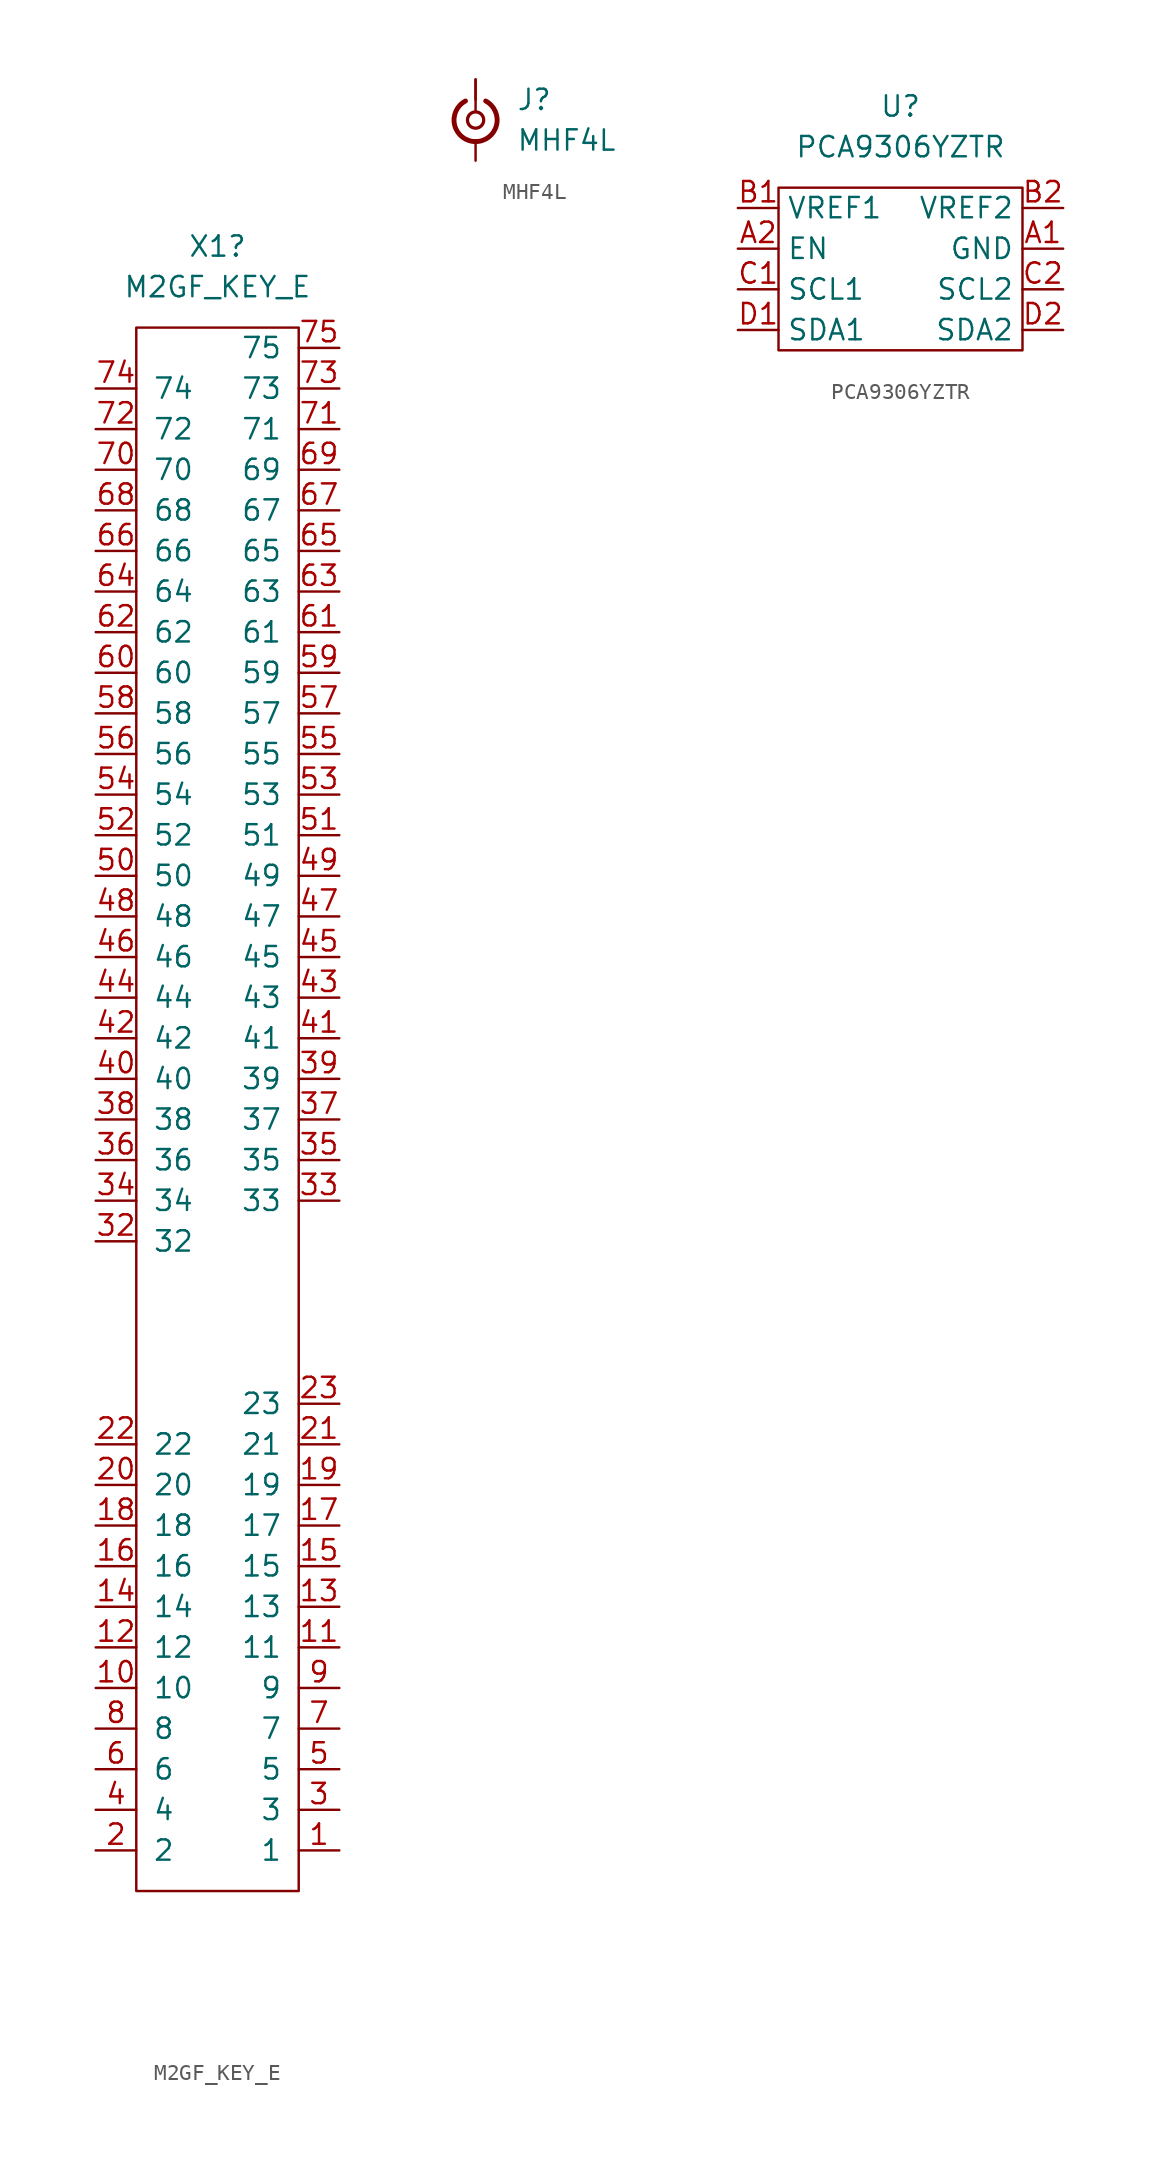
<source format=kicad_sym>
(kicad_symbol_lib
  (version 20241209)
  (generator "kicad_symbol_editor")
  (generator_version "9.0")
  (symbol "M2GF_KEY_E"
    (pin_names
      (offset 1.016))
    (property "Reference" "X1"
      (at 0 5.08 0)
      (effects (font (size 1.27 1.27))))
    (property "Value" "M2GF_KEY_E"
      (at 0 2.54 0)
      (effects (font (size 1.27 1.27))))
    (symbol "M2GF_KEY_E_0_0"
      (pin passive line (at -7.62 -3.81 0) (length 2.54) (name "74" (effects (font (size 1.27 1.27)))) (number "74" (effects (font (size 1.27 1.27)))))
      (pin passive line (at -7.62 -6.35 0) (length 2.54) (name "72" (effects (font (size 1.27 1.27)))) (number "72" (effects (font (size 1.27 1.27)))))
      (pin passive line (at -7.62 -8.89 0) (length 2.54) (name "70" (effects (font (size 1.27 1.27)))) (number "70" (effects (font (size 1.27 1.27)))))
      (pin passive line (at -7.62 -11.43 0) (length 2.54) (name "68" (effects (font (size 1.27 1.27)))) (number "68" (effects (font (size 1.27 1.27)))))
      (pin passive line (at -7.62 -24.13 0) (length 2.54) (name "58" (effects (font (size 1.27 1.27)))) (number "58" (effects (font (size 1.27 1.27)))))
      (pin passive line (at -7.62 -26.67 0) (length 2.54) (name "56" (effects (font (size 1.27 1.27)))) (number "56" (effects (font (size 1.27 1.27)))))
      (pin passive line (at -7.62 -29.21 0) (length 2.54) (name "54" (effects (font (size 1.27 1.27)))) (number "54" (effects (font (size 1.27 1.27)))))
      (pin passive line (at -7.62 -31.75 0) (length 2.54) (name "52" (effects (font (size 1.27 1.27)))) (number "52" (effects (font (size 1.27 1.27)))))
      (pin passive line (at -7.62 -34.29 0) (length 2.54) (name "50" (effects (font (size 1.27 1.27)))) (number "50" (effects (font (size 1.27 1.27)))))
      (pin passive line (at -7.62 -36.83 0) (length 2.54) (name "48" (effects (font (size 1.27 1.27)))) (number "48" (effects (font (size 1.27 1.27)))))
      (pin passive line (at -7.62 -39.37 0) (length 2.54) (name "46" (effects (font (size 1.27 1.27)))) (number "46" (effects (font (size 1.27 1.27)))))
      (pin passive line (at -7.62 -41.91 0) (length 2.54) (name "44" (effects (font (size 1.27 1.27)))) (number "44" (effects (font (size 1.27 1.27)))))
      (pin passive line (at -7.62 -44.45 0) (length 2.54) (name "42" (effects (font (size 1.27 1.27)))) (number "42" (effects (font (size 1.27 1.27)))))
      (pin passive line (at -7.62 -46.99 0) (length 2.54) (name "40" (effects (font (size 1.27 1.27)))) (number "40" (effects (font (size 1.27 1.27)))))
      (pin passive line (at -7.62 -49.53 0) (length 2.54) (name "38" (effects (font (size 1.27 1.27)))) (number "38" (effects (font (size 1.27 1.27)))))
      (pin passive line (at -7.62 -52.07 0) (length 2.54) (name "36" (effects (font (size 1.27 1.27)))) (number "36" (effects (font (size 1.27 1.27)))))
      (pin passive line (at -7.62 -54.61 0) (length 2.54) (name "34" (effects (font (size 1.27 1.27)))) (number "34" (effects (font (size 1.27 1.27)))))
      (pin passive line (at -7.62 -57.15 0) (length 2.54) (name "32" (effects (font (size 1.27 1.27)))) (number "32" (effects (font (size 1.27 1.27)))))
      (pin passive line (at -7.62 -69.85 0) (length 2.54) (name "22" (effects (font (size 1.27 1.27)))) (number "22" (effects (font (size 1.27 1.27)))))
      (pin passive line (at -7.62 -72.39 0) (length 2.54) (name "20" (effects (font (size 1.27 1.27)))) (number "20" (effects (font (size 1.27 1.27)))))
      (pin passive line (at -7.62 -90.17 0) (length 2.54) (name "6" (effects (font (size 1.27 1.27)))) (number "6" (effects (font (size 1.27 1.27)))))
      (pin passive line (at -7.62 -92.71 0) (length 2.54) (name "4" (effects (font (size 1.27 1.27)))) (number "4" (effects (font (size 1.27 1.27)))))
      (pin passive line (at -7.62 -95.25 0) (length 2.54) (name "2" (effects (font (size 1.27 1.27)))) (number "2" (effects (font (size 1.27 1.27)))))
      (pin passive line (at 7.62 -1.27 180) (length 2.54) (name "75" (effects (font (size 1.27 1.27)))) (number "75" (effects (font (size 1.27 1.27)))))
      (pin passive line (at 7.62 -3.81 180) (length 2.54) (name "73" (effects (font (size 1.27 1.27)))) (number "73" (effects (font (size 1.27 1.27)))))
      (pin passive line (at 7.62 -6.35 180) (length 2.54) (name "71" (effects (font (size 1.27 1.27)))) (number "71" (effects (font (size 1.27 1.27)))))
      (pin passive line (at 7.62 -8.89 180) (length 2.54) (name "69" (effects (font (size 1.27 1.27)))) (number "69" (effects (font (size 1.27 1.27)))))
      (pin passive line (at 7.62 -11.43 180) (length 2.54) (name "67" (effects (font (size 1.27 1.27)))) (number "67" (effects (font (size 1.27 1.27)))))
      (pin passive line (at 7.62 -24.13 180) (length 2.54) (name "57" (effects (font (size 1.27 1.27)))) (number "57" (effects (font (size 1.27 1.27)))))
      (pin passive line (at 7.62 -26.67 180) (length 2.54) (name "55" (effects (font (size 1.27 1.27)))) (number "55" (effects (font (size 1.27 1.27)))))
      (pin passive line (at 7.62 -29.21 180) (length 2.54) (name "53" (effects (font (size 1.27 1.27)))) (number "53" (effects (font (size 1.27 1.27)))))
      (pin passive line (at 7.62 -31.75 180) (length 2.54) (name "51" (effects (font (size 1.27 1.27)))) (number "51" (effects (font (size 1.27 1.27)))))
      (pin passive line (at 7.62 -34.29 180) (length 2.54) (name "49" (effects (font (size 1.27 1.27)))) (number "49" (effects (font (size 1.27 1.27)))))
      (pin passive line (at 7.62 -36.83 180) (length 2.54) (name "47" (effects (font (size 1.27 1.27)))) (number "47" (effects (font (size 1.27 1.27)))))
      (pin passive line (at 7.62 -39.37 180) (length 2.54) (name "45" (effects (font (size 1.27 1.27)))) (number "45" (effects (font (size 1.27 1.27)))))
      (pin passive line (at 7.62 -41.91 180) (length 2.54) (name "43" (effects (font (size 1.27 1.27)))) (number "43" (effects (font (size 1.27 1.27)))))
      (pin passive line (at 7.62 -44.45 180) (length 2.54) (name "41" (effects (font (size 1.27 1.27)))) (number "41" (effects (font (size 1.27 1.27)))))
      (pin passive line (at 7.62 -46.99 180) (length 2.54) (name "39" (effects (font (size 1.27 1.27)))) (number "39" (effects (font (size 1.27 1.27)))))
      (pin passive line (at 7.62 -49.53 180) (length 2.54) (name "37" (effects (font (size 1.27 1.27)))) (number "37" (effects (font (size 1.27 1.27)))))
      (pin passive line (at 7.62 -52.07 180) (length 2.54) (name "35" (effects (font (size 1.27 1.27)))) (number "35" (effects (font (size 1.27 1.27)))))
      (pin passive line (at 7.62 -54.61 180) (length 2.54) (name "33" (effects (font (size 1.27 1.27)))) (number "33" (effects (font (size 1.27 1.27)))))
      (pin passive line (at 7.62 -67.31 180) (length 2.54) (name "23" (effects (font (size 1.27 1.27)))) (number "23" (effects (font (size 1.27 1.27)))))
      (pin passive line (at 7.62 -69.85 180) (length 2.54) (name "21" (effects (font (size 1.27 1.27)))) (number "21" (effects (font (size 1.27 1.27)))))
      (pin passive line (at 7.62 -82.55 180) (length 2.54) (name "11" (effects (font (size 1.27 1.27)))) (number "11" (effects (font (size 1.27 1.27)))))
      (pin passive line (at 7.62 -85.09 180) (length 2.54) (name "9" (effects (font (size 1.27 1.27)))) (number "9" (effects (font (size 1.27 1.27)))))
      (pin passive line (at 7.62 -87.63 180) (length 2.54) (name "7" (effects (font (size 1.27 1.27)))) (number "7" (effects (font (size 1.27 1.27)))))
      (pin passive line (at 7.62 -90.17 180) (length 2.54) (name "5" (effects (font (size 1.27 1.27)))) (number "5" (effects (font (size 1.27 1.27)))))
      (pin passive line (at 7.62 -92.71 180) (length 2.54) (name "3" (effects (font (size 1.27 1.27)))) (number "3" (effects (font (size 1.27 1.27)))))
      (pin passive line (at 7.62 -95.25 180) (length 2.54) (name "1" (effects (font (size 1.27 1.27)))) (number "1" (effects (font (size 1.27 1.27))))))
    (symbol "M2GF_KEY_E_0_1"
      (rectangle (start -5.08 0) (end 5.08 -97.79) (stroke (width 0) (type default)) (fill (type none))))
    (symbol "M2GF_KEY_E_1_0"
      (pin passive line (at -7.62 -13.97 0) (length 2.54) (name "66" (effects (font (size 1.27 1.27)))) (number "66" (effects (font (size 1.27 1.27)))))
      (pin passive line (at -7.62 -16.51 0) (length 2.54) (name "64" (effects (font (size 1.27 1.27)))) (number "64" (effects (font (size 1.27 1.27)))))
      (pin passive line (at -7.62 -19.05 0) (length 2.54) (name "62" (effects (font (size 1.27 1.27)))) (number "62" (effects (font (size 1.27 1.27)))))
      (pin passive line (at -7.62 -21.59 0) (length 2.54) (name "60" (effects (font (size 1.27 1.27)))) (number "60" (effects (font (size 1.27 1.27)))))
      (pin passive line (at -7.62 -74.93 0) (length 2.54) (name "18" (effects (font (size 1.27 1.27)))) (number "18" (effects (font (size 1.27 1.27)))))
      (pin passive line (at -7.62 -77.47 0) (length 2.54) (name "16" (effects (font (size 1.27 1.27)))) (number "16" (effects (font (size 1.27 1.27)))))
      (pin passive line (at -7.62 -80.01 0) (length 2.54) (name "14" (effects (font (size 1.27 1.27)))) (number "14" (effects (font (size 1.27 1.27)))))
      (pin passive line (at -7.62 -82.55 0) (length 2.54) (name "12" (effects (font (size 1.27 1.27)))) (number "12" (effects (font (size 1.27 1.27)))))
      (pin passive line (at -7.62 -85.09 0) (length 2.54) (name "10" (effects (font (size 1.27 1.27)))) (number "10" (effects (font (size 1.27 1.27)))))
      (pin passive line (at -7.62 -87.63 0) (length 2.54) (name "8" (effects (font (size 1.27 1.27)))) (number "8" (effects (font (size 1.27 1.27)))))
      (pin passive line (at 7.62 -13.97 180) (length 2.54) (name "65" (effects (font (size 1.27 1.27)))) (number "65" (effects (font (size 1.27 1.27)))))
      (pin passive line (at 7.62 -16.51 180) (length 2.54) (name "63" (effects (font (size 1.27 1.27)))) (number "63" (effects (font (size 1.27 1.27)))))
      (pin passive line (at 7.62 -19.05 180) (length 2.54) (name "61" (effects (font (size 1.27 1.27)))) (number "61" (effects (font (size 1.27 1.27)))))
      (pin passive line (at 7.62 -21.59 180) (length 2.54) (name "59" (effects (font (size 1.27 1.27)))) (number "59" (effects (font (size 1.27 1.27)))))
      (pin passive line (at 7.62 -72.39 180) (length 2.54) (name "19" (effects (font (size 1.27 1.27)))) (number "19" (effects (font (size 1.27 1.27)))))
      (pin passive line (at 7.62 -74.93 180) (length 2.54) (name "17" (effects (font (size 1.27 1.27)))) (number "17" (effects (font (size 1.27 1.27)))))
      (pin passive line (at 7.62 -77.47 180) (length 2.54) (name "15" (effects (font (size 1.27 1.27)))) (number "15" (effects (font (size 1.27 1.27)))))
      (pin passive line (at 7.62 -80.01 180) (length 2.54) (name "13" (effects (font (size 1.27 1.27)))) (number "13" (effects (font (size 1.27 1.27)))))))
  (symbol "MHF4L"
    (pin_numbers
      (hide yes))
    (pin_names
      (offset 1.016)
      (hide yes))
    (property "Reference" "J"
      (at 2.54 1.27 0)
      (effects (font (size 1.27 1.27)) (justify left)))
    (property "Value" "MHF4L"
      (at 2.54 -1.27 0)
      (effects (font (size 1.27 1.27)) (justify left)))
    (symbol "MHF4L_0_1"
      (polyline (pts (xy 0 2.54) (xy 0 0.508)) (stroke (width 0) (type default)) (fill (type none)))
      (circle (center 0 0) (radius 0.508) (stroke (width 0.203) (type default)) (fill (type none))))
    (symbol "MHF4L_1_1"
      (arc (start 0.6311 1.1916) (mid 1.308 -0.327) (end -0.0039 -1.3484) (stroke (width 0.3048) (type default)) (fill (type none)))
      (arc (start 0.0039 -1.3484) (mid -1.308 -0.327) (end -0.6311 1.1916) (stroke (width 0.3048) (type default)) (fill (type none)))
      (pin passive line (at 0 2.54 270) (length 1.27) (name "In" (effects (font (size 1.27 1.27)))) (number "1" (effects (font (size 1.27 1.27)))))
      (pin passive line (at 0 -2.54 90) (length 1.27) (name "Ext" (effects (font (size 1.27 1.27)))) (number "2" (effects (font (size 1.27 1.27)))))))
  (symbol "PCA9306YZTR"
    (property "Reference" "U"
      (at 0 10.16 0)
      (effects (font (size 1.27 1.27))))
    (property "Value" "PCA9306YZTR"
      (at 0 7.62 0)
      (effects (font (size 1.27 1.27))))
    (symbol "PCA9306YZTR_0_0"
      (pin passive line (at -10.16 3.81 0) (length 2.54) (name "VREF1" (effects (font (size 1.27 1.27)))) (number "B1" (effects (font (size 1.27 1.27)))))
      (pin passive line (at -10.16 1.27 0) (length 2.54) (name "EN" (effects (font (size 1.27 1.27)))) (number "A2" (effects (font (size 1.27 1.27)))))
      (pin passive line (at -10.16 -1.27 0) (length 2.54) (name "SCL1" (effects (font (size 1.27 1.27)))) (number "C1" (effects (font (size 1.27 1.27)))))
      (pin passive line (at -10.16 -3.81 0) (length 2.54) (name "SDA1" (effects (font (size 1.27 1.27)))) (number "D1" (effects (font (size 1.27 1.27)))))
      (pin passive line (at 10.16 3.81 180) (length 2.54) (name "VREF2" (effects (font (size 1.27 1.27)))) (number "B2" (effects (font (size 1.27 1.27)))))
      (pin passive line (at 10.16 1.27 180) (length 2.54) (name "GND" (effects (font (size 1.27 1.27)))) (number "A1" (effects (font (size 1.27 1.27)))))
      (pin passive line (at 10.16 -1.27 180) (length 2.54) (name "SCL2" (effects (font (size 1.27 1.27)))) (number "C2" (effects (font (size 1.27 1.27)))))
      (pin passive line (at 10.16 -3.81 180) (length 2.54) (name "SDA2" (effects (font (size 1.27 1.27)))) (number "D2" (effects (font (size 1.27 1.27))))))
    (symbol "PCA9306YZTR_0_1"
      (rectangle (start -7.62 5.08) (end 7.62 -5.08) (stroke (width 0) (type default)) (fill (type none))))))
</source>
